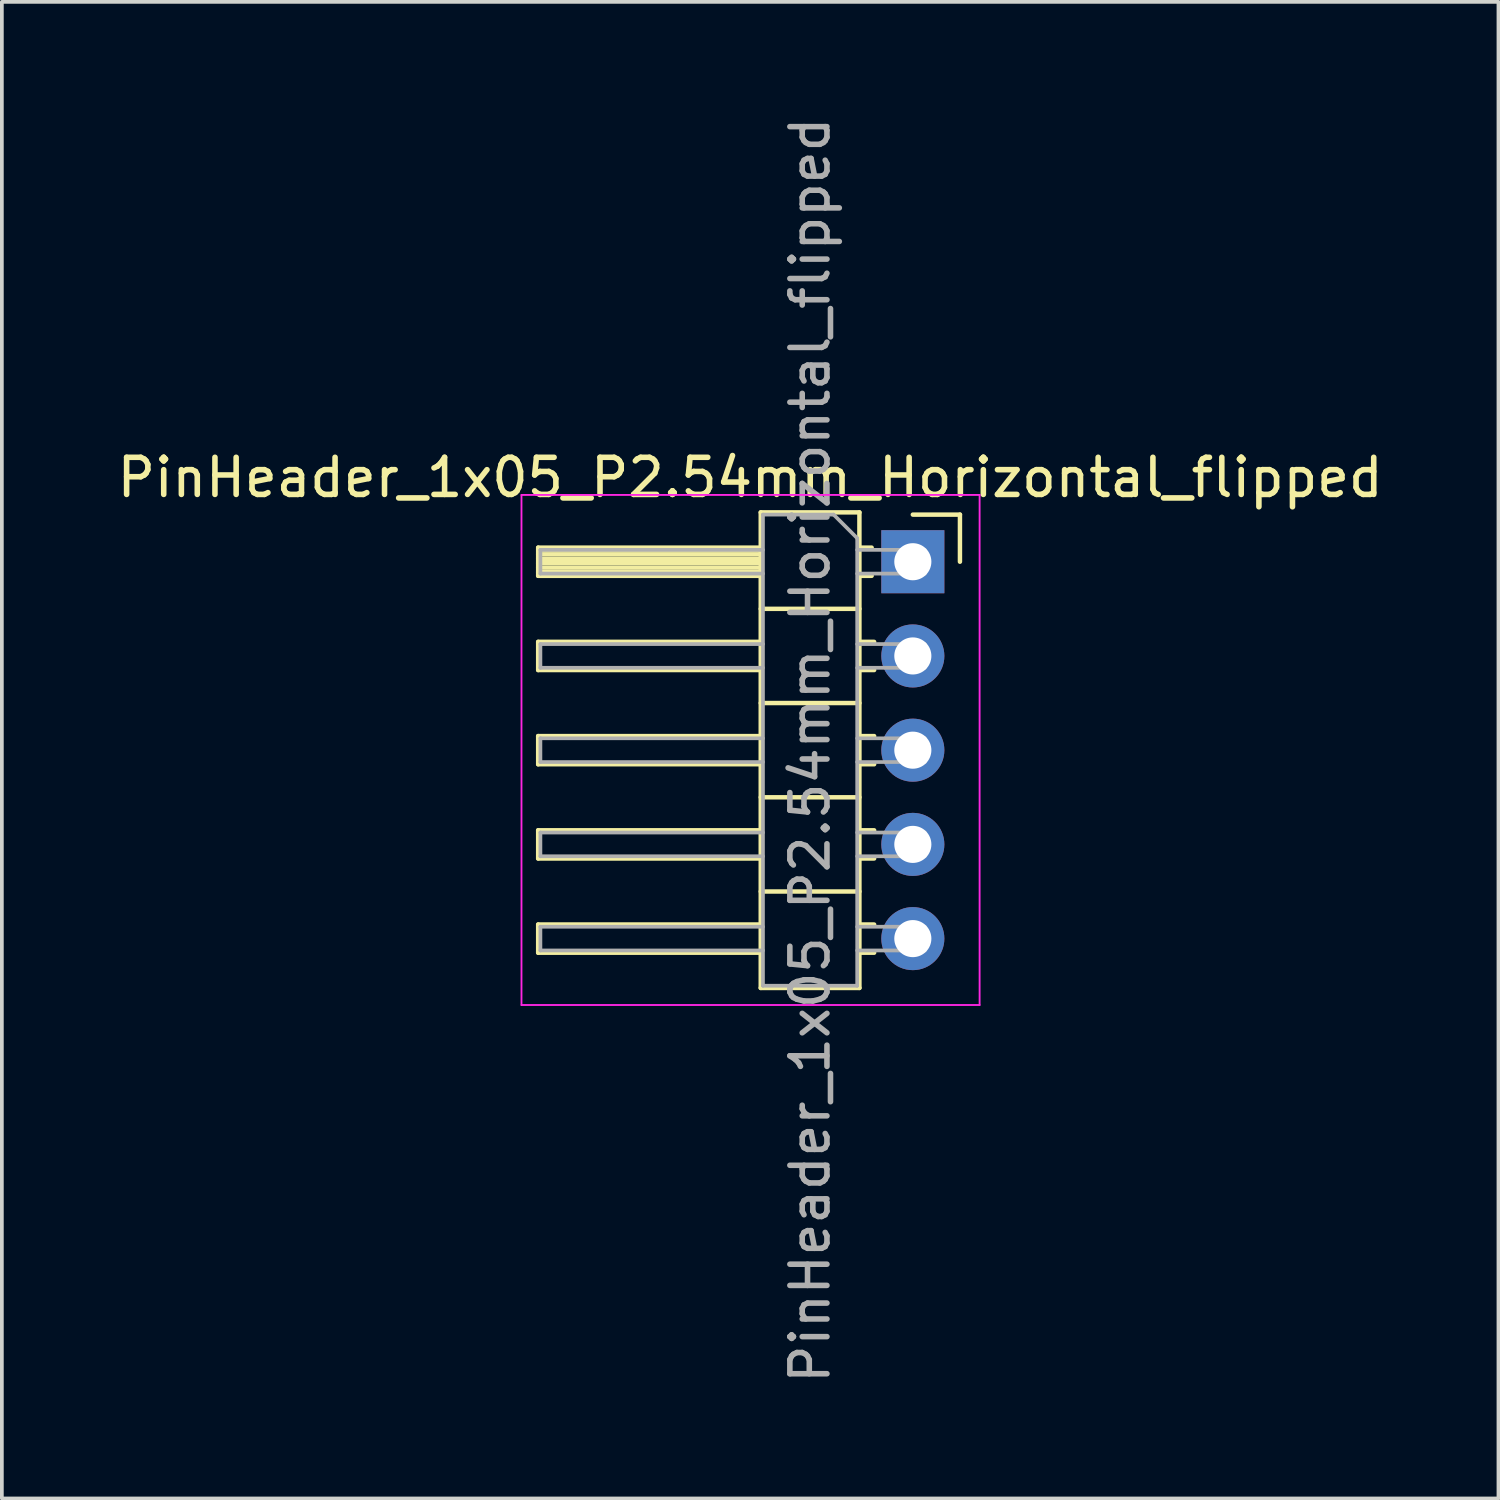
<source format=kicad_pcb>
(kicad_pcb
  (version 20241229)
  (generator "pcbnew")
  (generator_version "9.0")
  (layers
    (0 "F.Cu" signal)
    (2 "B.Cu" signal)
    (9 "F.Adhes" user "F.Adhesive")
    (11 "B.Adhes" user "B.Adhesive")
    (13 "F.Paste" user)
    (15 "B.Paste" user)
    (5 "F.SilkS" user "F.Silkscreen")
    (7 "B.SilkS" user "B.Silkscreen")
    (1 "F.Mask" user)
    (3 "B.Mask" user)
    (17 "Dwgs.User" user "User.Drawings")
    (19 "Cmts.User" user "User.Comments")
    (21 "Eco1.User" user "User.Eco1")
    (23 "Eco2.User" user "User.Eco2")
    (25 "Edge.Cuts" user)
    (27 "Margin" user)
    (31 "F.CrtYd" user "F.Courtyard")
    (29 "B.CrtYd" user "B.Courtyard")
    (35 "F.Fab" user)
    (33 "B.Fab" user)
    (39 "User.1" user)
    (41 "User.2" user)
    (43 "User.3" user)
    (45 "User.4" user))
  (footprint "PinHeader_1x05_P2.54mm_Horizontal_flipped"
    (layer "F.Cu")
    (at 21.558 12.093)
    (property "Reference" "PinHeader_1x05_P2.54mm_Horizontal_flipped" (at -4.385 -2.27 0) (layer "F.SilkS") (effects (font (size 1 1) (thickness 0.15))))
    (attr through_hole)
    (fp_line (start -10.1 -0.38) (end -10.1 0.38) (stroke (width 0.12) (type solid)) (layer "F.SilkS"))
    (fp_line (start -10.1 0.38) (end -4.1 0.38) (stroke (width 0.12) (type solid)) (layer "F.SilkS"))
    (fp_line (start -10.1 2.16) (end -10.1 2.92) (stroke (width 0.12) (type solid)) (layer "F.SilkS"))
    (fp_line (start -10.1 2.92) (end -4.1 2.92) (stroke (width 0.12) (type solid)) (layer "F.SilkS"))
    (fp_line (start -10.1 4.7) (end -10.1 5.46) (stroke (width 0.12) (type solid)) (layer "F.SilkS"))
    (fp_line (start -10.1 5.46) (end -4.1 5.46) (stroke (width 0.12) (type solid)) (layer "F.SilkS"))
    (fp_line (start -10.1 7.24) (end -10.1 8) (stroke (width 0.12) (type solid)) (layer "F.SilkS"))
    (fp_line (start -10.1 8) (end -4.1 8) (stroke (width 0.12) (type solid)) (layer "F.SilkS"))
    (fp_line (start -10.1 9.78) (end -10.1 10.54) (stroke (width 0.12) (type solid)) (layer "F.SilkS"))
    (fp_line (start -10.1 10.54) (end -4.1 10.54) (stroke (width 0.12) (type solid)) (layer "F.SilkS"))
    (fp_line (start -4.1 -1.33) (end -1.44 -1.33) (stroke (width 0.12) (type solid)) (layer "F.SilkS"))
    (fp_line (start -4.1 -0.38) (end -10.1 -0.38) (stroke (width 0.12) (type solid)) (layer "F.SilkS"))
    (fp_line (start -4.1 -0.32) (end -10.1 -0.32) (stroke (width 0.12) (type solid)) (layer "F.SilkS"))
    (fp_line (start -4.1 -0.2) (end -10.1 -0.2) (stroke (width 0.12) (type solid)) (layer "F.SilkS"))
    (fp_line (start -4.1 -0.08) (end -10.1 -0.08) (stroke (width 0.12) (type solid)) (layer "F.SilkS"))
    (fp_line (start -4.1 0.04) (end -10.1 0.04) (stroke (width 0.12) (type solid)) (layer "F.SilkS"))
    (fp_line (start -4.1 0.16) (end -10.1 0.16) (stroke (width 0.12) (type solid)) (layer "F.SilkS"))
    (fp_line (start -4.1 0.28) (end -10.1 0.28) (stroke (width 0.12) (type solid)) (layer "F.SilkS"))
    (fp_line (start -4.1 2.16) (end -10.1 2.16) (stroke (width 0.12) (type solid)) (layer "F.SilkS"))
    (fp_line (start -4.1 4.7) (end -10.1 4.7) (stroke (width 0.12) (type solid)) (layer "F.SilkS"))
    (fp_line (start -4.1 7.24) (end -10.1 7.24) (stroke (width 0.12) (type solid)) (layer "F.SilkS"))
    (fp_line (start -4.1 9.78) (end -10.1 9.78) (stroke (width 0.12) (type solid)) (layer "F.SilkS"))
    (fp_line (start -4.1 11.49) (end -4.1 -1.33) (stroke (width 0.12) (type solid)) (layer "F.SilkS"))
    (fp_line (start -1.44 -1.33) (end -1.44 11.49) (stroke (width 0.12) (type solid)) (layer "F.SilkS"))
    (fp_line (start -1.44 1.27) (end -4.1 1.27) (stroke (width 0.12) (type solid)) (layer "F.SilkS"))
    (fp_line (start -1.44 3.81) (end -4.1 3.81) (stroke (width 0.12) (type solid)) (layer "F.SilkS"))
    (fp_line (start -1.44 6.35) (end -4.1 6.35) (stroke (width 0.12) (type solid)) (layer "F.SilkS"))
    (fp_line (start -1.44 8.89) (end -4.1 8.89) (stroke (width 0.12) (type solid)) (layer "F.SilkS"))
    (fp_line (start -1.44 11.49) (end -4.1 11.49) (stroke (width 0.12) (type solid)) (layer "F.SilkS"))
    (fp_line (start -1.11 -0.38) (end -1.44 -0.38) (stroke (width 0.12) (type solid)) (layer "F.SilkS"))
    (fp_line (start -1.11 0.38) (end -1.44 0.38) (stroke (width 0.12) (type solid)) (layer "F.SilkS"))
    (fp_line (start -1.043 2.16) (end -1.44 2.16) (stroke (width 0.12) (type solid)) (layer "F.SilkS"))
    (fp_line (start -1.043 2.92) (end -1.44 2.92) (stroke (width 0.12) (type solid)) (layer "F.SilkS"))
    (fp_line (start -1.043 4.7) (end -1.44 4.7) (stroke (width 0.12) (type solid)) (layer "F.SilkS"))
    (fp_line (start -1.043 5.46) (end -1.44 5.46) (stroke (width 0.12) (type solid)) (layer "F.SilkS"))
    (fp_line (start -1.043 7.24) (end -1.44 7.24) (stroke (width 0.12) (type solid)) (layer "F.SilkS"))
    (fp_line (start -1.043 8) (end -1.44 8) (stroke (width 0.12) (type solid)) (layer "F.SilkS"))
    (fp_line (start -1.043 9.78) (end -1.44 9.78) (stroke (width 0.12) (type solid)) (layer "F.SilkS"))
    (fp_line (start -1.043 10.54) (end -1.44 10.54) (stroke (width 0.12) (type solid)) (layer "F.SilkS"))
    (fp_line (start 1.27 -1.27) (end 0 -1.27) (stroke (width 0.12) (type solid)) (layer "F.SilkS"))
    (fp_line (start 1.27 0) (end 1.27 -1.27) (stroke (width 0.12) (type solid)) (layer "F.SilkS"))
    (fp_line (start -10.55 -1.8) (end 1.8 -1.8) (stroke (width 0.05) (type solid)) (layer "F.CrtYd"))
    (fp_line (start -10.55 11.95) (end -10.55 -1.8) (stroke (width 0.05) (type solid)) (layer "F.CrtYd"))
    (fp_line (start 1.8 -1.8) (end 1.8 11.95) (stroke (width 0.05) (type solid)) (layer "F.CrtYd"))
    (fp_line (start 1.8 11.95) (end -10.55 11.95) (stroke (width 0.05) (type solid)) (layer "F.CrtYd"))
    (fp_line (start -10.04 -0.32) (end -10.04 0.32) (stroke (width 0.1) (type solid)) (layer "F.Fab"))
    (fp_line (start -10.04 2.22) (end -10.04 2.86) (stroke (width 0.1) (type solid)) (layer "F.Fab"))
    (fp_line (start -10.04 4.76) (end -10.04 5.4) (stroke (width 0.1) (type solid)) (layer "F.Fab"))
    (fp_line (start -10.04 7.3) (end -10.04 7.94) (stroke (width 0.1) (type solid)) (layer "F.Fab"))
    (fp_line (start -10.04 9.84) (end -10.04 10.48) (stroke (width 0.1) (type solid)) (layer "F.Fab"))
    (fp_line (start -4.04 -1.27) (end -4.04 11.43) (stroke (width 0.1) (type solid)) (layer "F.Fab"))
    (fp_line (start -4.04 -0.32) (end -10.04 -0.32) (stroke (width 0.1) (type solid)) (layer "F.Fab"))
    (fp_line (start -4.04 0.32) (end -10.04 0.32) (stroke (width 0.1) (type solid)) (layer "F.Fab"))
    (fp_line (start -4.04 2.22) (end -10.04 2.22) (stroke (width 0.1) (type solid)) (layer "F.Fab"))
    (fp_line (start -4.04 2.86) (end -10.04 2.86) (stroke (width 0.1) (type solid)) (layer "F.Fab"))
    (fp_line (start -4.04 4.76) (end -10.04 4.76) (stroke (width 0.1) (type solid)) (layer "F.Fab"))
    (fp_line (start -4.04 5.4) (end -10.04 5.4) (stroke (width 0.1) (type solid)) (layer "F.Fab"))
    (fp_line (start -4.04 7.3) (end -10.04 7.3) (stroke (width 0.1) (type solid)) (layer "F.Fab"))
    (fp_line (start -4.04 7.94) (end -10.04 7.94) (stroke (width 0.1) (type solid)) (layer "F.Fab"))
    (fp_line (start -4.04 9.84) (end -10.04 9.84) (stroke (width 0.1) (type solid)) (layer "F.Fab"))
    (fp_line (start -4.04 10.48) (end -10.04 10.48) (stroke (width 0.1) (type solid)) (layer "F.Fab"))
    (fp_line (start -4.04 11.43) (end -1.5 11.43) (stroke (width 0.1) (type solid)) (layer "F.Fab"))
    (fp_line (start -2.135 -1.27) (end -4.04 -1.27) (stroke (width 0.1) (type solid)) (layer "F.Fab"))
    (fp_line (start -1.5 -0.635) (end -2.135 -1.27) (stroke (width 0.1) (type solid)) (layer "F.Fab"))
    (fp_line (start -1.5 11.43) (end -1.5 -0.635) (stroke (width 0.1) (type solid)) (layer "F.Fab"))
    (fp_line (start 0.32 -0.32) (end -1.5 -0.32) (stroke (width 0.1) (type solid)) (layer "F.Fab"))
    (fp_line (start 0.32 -0.32) (end 0.32 0.32) (stroke (width 0.1) (type solid)) (layer "F.Fab"))
    (fp_line (start 0.32 0.32) (end -1.5 0.32) (stroke (width 0.1) (type solid)) (layer "F.Fab"))
    (fp_line (start 0.32 2.22) (end -1.5 2.22) (stroke (width 0.1) (type solid)) (layer "F.Fab"))
    (fp_line (start 0.32 2.22) (end 0.32 2.86) (stroke (width 0.1) (type solid)) (layer "F.Fab"))
    (fp_line (start 0.32 2.86) (end -1.5 2.86) (stroke (width 0.1) (type solid)) (layer "F.Fab"))
    (fp_line (start 0.32 4.76) (end -1.5 4.76) (stroke (width 0.1) (type solid)) (layer "F.Fab"))
    (fp_line (start 0.32 4.76) (end 0.32 5.4) (stroke (width 0.1) (type solid)) (layer "F.Fab"))
    (fp_line (start 0.32 5.4) (end -1.5 5.4) (stroke (width 0.1) (type solid)) (layer "F.Fab"))
    (fp_line (start 0.32 7.3) (end -1.5 7.3) (stroke (width 0.1) (type solid)) (layer "F.Fab"))
    (fp_line (start 0.32 7.3) (end 0.32 7.94) (stroke (width 0.1) (type solid)) (layer "F.Fab"))
    (fp_line (start 0.32 7.94) (end -1.5 7.94) (stroke (width 0.1) (type solid)) (layer "F.Fab"))
    (fp_line (start 0.32 9.84) (end -1.5 9.84) (stroke (width 0.1) (type solid)) (layer "F.Fab"))
    (fp_line (start 0.32 9.84) (end 0.32 10.48) (stroke (width 0.1) (type solid)) (layer "F.Fab"))
    (fp_line (start 0.32 10.48) (end -1.5 10.48) (stroke (width 0.1) (type solid)) (layer "F.Fab"))
    (fp_text user "${REFERENCE}" (at -2.77 5.08 90) (layer "F.Fab") (effects (font (size 1 1) (thickness 0.15))))
    (pad "1" thru_hole rect (at 0 0) (size 1.7 1.7) (drill 1) (layers "*.Cu" "*.Mask"))
    (pad "2" thru_hole oval (at 0 2.54) (size 1.7 1.7) (drill 1) (layers "*.Cu" "*.Mask"))
    (pad "3" thru_hole oval (at 0 5.08) (size 1.7 1.7) (drill 1) (layers "*.Cu" "*.Mask"))
    (pad "4" thru_hole oval (at 0 7.62) (size 1.7 1.7) (drill 1) (layers "*.Cu" "*.Mask"))
    (pad "5" thru_hole oval (at 0 10.16) (size 1.7 1.7) (drill 1) (layers "*.Cu" "*.Mask")))
  (gr_rect
    (start -3 -3)
    (end 37.345 37.345)
    (stroke (width 0.1) (type default))
    (fill no)
    (layer "Edge.Cuts")))
</source>
